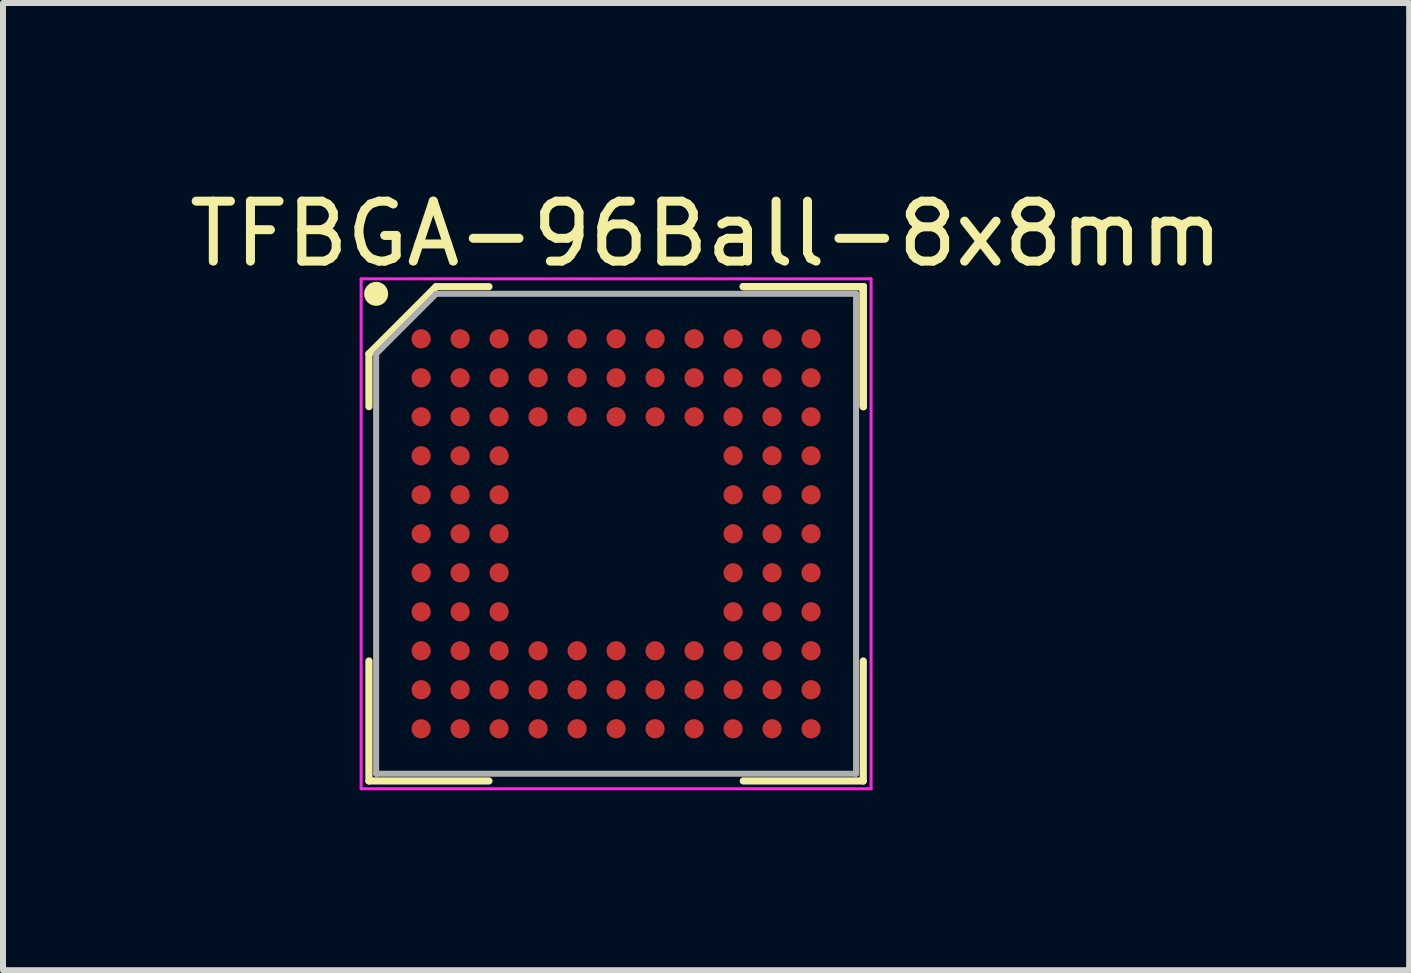
<source format=kicad_pcb>
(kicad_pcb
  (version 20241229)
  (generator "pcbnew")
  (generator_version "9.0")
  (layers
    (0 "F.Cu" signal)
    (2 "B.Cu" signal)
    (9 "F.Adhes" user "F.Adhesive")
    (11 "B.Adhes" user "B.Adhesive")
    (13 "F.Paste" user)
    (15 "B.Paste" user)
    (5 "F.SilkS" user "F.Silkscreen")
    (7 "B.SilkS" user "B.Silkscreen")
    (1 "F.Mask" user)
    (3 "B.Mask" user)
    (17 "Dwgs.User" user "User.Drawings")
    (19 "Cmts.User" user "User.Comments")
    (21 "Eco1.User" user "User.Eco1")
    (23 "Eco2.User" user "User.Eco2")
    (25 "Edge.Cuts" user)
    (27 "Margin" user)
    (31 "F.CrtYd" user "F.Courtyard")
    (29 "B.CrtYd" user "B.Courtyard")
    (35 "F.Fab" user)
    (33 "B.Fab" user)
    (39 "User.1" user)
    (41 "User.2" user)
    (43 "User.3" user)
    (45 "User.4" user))
  (footprint "TFBGA-96Ball-8x8mm"
    (layer "F.Cu")
    (at 8.02 6.348)
    (property "Reference" "TFBGA-96Ball-8x8mm" (at 0.7 -5.5 0) (layer "F.SilkS") (effects (font (size 1 1) (thickness 0.15))))
    (attr through_hole)
    (fp_line (start -4.92 -3.5) (end -4.92 -2.62) (stroke (width 0.12) (type solid)) (layer "F.SilkS"))
    (fp_line (start -4.92 3.62) (end -4.92 1.62) (stroke (width 0.12) (type solid)) (layer "F.SilkS"))
    (fp_line (start -3.8 -4.62) (end -4.92 -3.5) (stroke (width 0.12) (type solid)) (layer "F.SilkS"))
    (fp_line (start -2.92 -4.62) (end -3.8 -4.62) (stroke (width 0.12) (type solid)) (layer "F.SilkS"))
    (fp_line (start -2.92 3.62) (end -4.92 3.62) (stroke (width 0.12) (type solid)) (layer "F.SilkS"))
    (fp_line (start 1.32 -4.62) (end 3.32 -4.62) (stroke (width 0.12) (type solid)) (layer "F.SilkS"))
    (fp_line (start 1.32 -4.62) (end 3.32 -4.62) (stroke (width 0.12) (type solid)) (layer "F.SilkS"))
    (fp_line (start 1.32 -4.62) (end 3.32 -4.62) (stroke (width 0.12) (type solid)) (layer "F.SilkS"))
    (fp_line (start 1.32 3.62) (end 3.32 3.62) (stroke (width 0.12) (type solid)) (layer "F.SilkS"))
    (fp_line (start 3.32 -4.62) (end 3.32 -2.62) (stroke (width 0.12) (type solid)) (layer "F.SilkS"))
    (fp_line (start 3.32 -4.62) (end 3.32 -2.62) (stroke (width 0.12) (type solid)) (layer "F.SilkS"))
    (fp_line (start 3.32 -4.62) (end 3.32 -2.62) (stroke (width 0.12) (type solid)) (layer "F.SilkS"))
    (fp_line (start 3.32 3.62) (end 3.32 1.62) (stroke (width 0.12) (type solid)) (layer "F.SilkS"))
    (fp_circle (center -4.8 -4.5) (end -4.8 -4.4) (stroke (width 0.2) (type solid)) (fill no) (layer "F.SilkS"))
    (fp_line (start -5.05 -4.75) (end 3.45 -4.75) (stroke (width 0.05) (type solid)) (layer "F.CrtYd"))
    (fp_line (start -5.05 3.75) (end -5.05 -4.75) (stroke (width 0.05) (type solid)) (layer "F.CrtYd"))
    (fp_line (start 3.45 -4.75) (end 3.45 3.75) (stroke (width 0.05) (type solid)) (layer "F.CrtYd"))
    (fp_line (start 3.45 3.75) (end -5.05 3.75) (stroke (width 0.05) (type solid)) (layer "F.CrtYd"))
    (fp_line (start -4.8 -3.5) (end -4.8 3.5) (stroke (width 0.1) (type solid)) (layer "F.Fab"))
    (fp_line (start -4.8 3.5) (end 3.2 3.5) (stroke (width 0.1) (type solid)) (layer "F.Fab"))
    (fp_line (start -3.8 -4.5) (end -4.8 -3.5) (stroke (width 0.1) (type solid)) (layer "F.Fab"))
    (fp_line (start 3.2 -4.5) (end -3.8 -4.5) (stroke (width 0.1) (type solid)) (layer "F.Fab"))
    (fp_line (start 3.2 3.5) (end 3.2 -4.5) (stroke (width 0.1) (type solid)) (layer "F.Fab"))
    (pad "A1" smd circle (at -4.05 -3.75) (size 0.32 0.32) (layers "F.Cu" "F.Mask" "F.Paste"))
    (pad "A2" smd circle (at -3.4 -3.75) (size 0.32 0.32) (layers "F.Cu" "F.Mask" "F.Paste"))
    (pad "A3" smd circle (at -2.75 -3.75) (size 0.32 0.32) (layers "F.Cu" "F.Mask" "F.Paste"))
    (pad "A4" smd circle (at -2.1 -3.75) (size 0.32 0.32) (layers "F.Cu" "F.Mask" "F.Paste"))
    (pad "A5" smd circle (at -1.45 -3.75) (size 0.32 0.32) (layers "F.Cu" "F.Mask" "F.Paste"))
    (pad "A6" smd circle (at -0.8 -3.75) (size 0.32 0.32) (layers "F.Cu" "F.Mask" "F.Paste"))
    (pad "A7" smd circle (at -0.15 -3.75) (size 0.32 0.32) (layers "F.Cu" "F.Mask" "F.Paste"))
    (pad "A8" smd circle (at 0.5 -3.75) (size 0.32 0.32) (layers "F.Cu" "F.Mask" "F.Paste"))
    (pad "A9" smd circle (at 1.15 -3.75) (size 0.32 0.32) (layers "F.Cu" "F.Mask" "F.Paste"))
    (pad "A10" smd circle (at 1.8 -3.75) (size 0.32 0.32) (layers "F.Cu" "F.Mask" "F.Paste"))
    (pad "A11" smd circle (at 2.45 -3.75) (size 0.32 0.32) (layers "F.Cu" "F.Mask" "F.Paste"))
    (pad "B1" smd circle (at -4.05 -3.1) (size 0.32 0.32) (layers "F.Cu" "F.Mask" "F.Paste"))
    (pad "B2" smd circle (at -3.4 -3.1) (size 0.32 0.32) (layers "F.Cu" "F.Mask" "F.Paste"))
    (pad "B3" smd circle (at -2.75 -3.1) (size 0.32 0.32) (layers "F.Cu" "F.Mask" "F.Paste"))
    (pad "B4" smd circle (at -2.1 -3.1) (size 0.32 0.32) (layers "F.Cu" "F.Mask" "F.Paste"))
    (pad "B5" smd circle (at -1.45 -3.1) (size 0.32 0.32) (layers "F.Cu" "F.Mask" "F.Paste"))
    (pad "B6" smd circle (at -0.8 -3.1) (size 0.32 0.32) (layers "F.Cu" "F.Mask" "F.Paste"))
    (pad "B7" smd circle (at -0.15 -3.1) (size 0.32 0.32) (layers "F.Cu" "F.Mask" "F.Paste"))
    (pad "B8" smd circle (at 0.5 -3.1) (size 0.32 0.32) (layers "F.Cu" "F.Mask" "F.Paste"))
    (pad "B9" smd circle (at 1.15 -3.1) (size 0.32 0.32) (layers "F.Cu" "F.Mask" "F.Paste"))
    (pad "B10" smd circle (at 1.8 -3.1) (size 0.32 0.32) (layers "F.Cu" "F.Mask" "F.Paste"))
    (pad "B11" smd circle (at 2.45 -3.1) (size 0.32 0.32) (layers "F.Cu" "F.Mask" "F.Paste"))
    (pad "C1" smd circle (at -4.05 -2.45) (size 0.32 0.32) (layers "F.Cu" "F.Mask" "F.Paste"))
    (pad "C2" smd circle (at -3.4 -2.45) (size 0.32 0.32) (layers "F.Cu" "F.Mask" "F.Paste"))
    (pad "C3" smd circle (at -2.75 -2.45) (size 0.32 0.32) (layers "F.Cu" "F.Mask" "F.Paste"))
    (pad "C4" smd circle (at -2.1 -2.45) (size 0.32 0.32) (layers "F.Cu" "F.Mask" "F.Paste"))
    (pad "C5" smd circle (at -1.45 -2.45) (size 0.32 0.32) (layers "F.Cu" "F.Mask" "F.Paste"))
    (pad "C6" smd circle (at -0.8 -2.45) (size 0.32 0.32) (layers "F.Cu" "F.Mask" "F.Paste"))
    (pad "C7" smd circle (at -0.15 -2.45) (size 0.32 0.32) (layers "F.Cu" "F.Mask" "F.Paste"))
    (pad "C8" smd circle (at 0.5 -2.45) (size 0.32 0.32) (layers "F.Cu" "F.Mask" "F.Paste"))
    (pad "C9" smd circle (at 1.15 -2.45) (size 0.32 0.32) (layers "F.Cu" "F.Mask" "F.Paste"))
    (pad "C10" smd circle (at 1.8 -2.45) (size 0.32 0.32) (layers "F.Cu" "F.Mask" "F.Paste"))
    (pad "C11" smd circle (at 2.45 -2.45) (size 0.32 0.32) (layers "F.Cu" "F.Mask" "F.Paste"))
    (pad "D1" smd circle (at -4.05 -1.8) (size 0.32 0.32) (layers "F.Cu" "F.Mask" "F.Paste"))
    (pad "D2" smd circle (at -3.4 -1.8) (size 0.32 0.32) (layers "F.Cu" "F.Mask" "F.Paste"))
    (pad "D3" smd circle (at -2.75 -1.8) (size 0.32 0.32) (layers "F.Cu" "F.Mask" "F.Paste"))
    (pad "D9" smd circle (at 1.15 -1.8) (size 0.32 0.32) (layers "F.Cu" "F.Mask" "F.Paste"))
    (pad "D10" smd circle (at 1.8 -1.8) (size 0.32 0.32) (layers "F.Cu" "F.Mask" "F.Paste"))
    (pad "D11" smd circle (at 2.45 -1.8) (size 0.32 0.32) (layers "F.Cu" "F.Mask" "F.Paste"))
    (pad "E1" smd circle (at -4.05 -1.15) (size 0.32 0.32) (layers "F.Cu" "F.Mask" "F.Paste"))
    (pad "E2" smd circle (at -3.4 -1.15) (size 0.32 0.32) (layers "F.Cu" "F.Mask" "F.Paste"))
    (pad "E3" smd circle (at -2.75 -1.15) (size 0.32 0.32) (layers "F.Cu" "F.Mask" "F.Paste"))
    (pad "E9" smd circle (at 1.15 -1.15) (size 0.32 0.32) (layers "F.Cu" "F.Mask" "F.Paste"))
    (pad "E10" smd circle (at 1.8 -1.15) (size 0.32 0.32) (layers "F.Cu" "F.Mask" "F.Paste"))
    (pad "E11" smd circle (at 2.45 -1.15) (size 0.32 0.32) (layers "F.Cu" "F.Mask" "F.Paste"))
    (pad "F1" smd circle (at -4.05 -0.5) (size 0.32 0.32) (layers "F.Cu" "F.Mask" "F.Paste"))
    (pad "F2" smd circle (at -3.4 -0.5) (size 0.32 0.32) (layers "F.Cu" "F.Mask" "F.Paste"))
    (pad "F3" smd circle (at -2.75 -0.5) (size 0.32 0.32) (layers "F.Cu" "F.Mask" "F.Paste"))
    (pad "F9" smd circle (at 1.15 -0.5) (size 0.32 0.32) (layers "F.Cu" "F.Mask" "F.Paste"))
    (pad "F10" smd circle (at 1.8 -0.5) (size 0.32 0.32) (layers "F.Cu" "F.Mask" "F.Paste"))
    (pad "F11" smd circle (at 2.45 -0.5) (size 0.32 0.32) (layers "F.Cu" "F.Mask" "F.Paste"))
    (pad "G1" smd circle (at -4.05 0.15) (size 0.32 0.32) (layers "F.Cu" "F.Mask" "F.Paste"))
    (pad "G2" smd circle (at -3.4 0.15) (size 0.32 0.32) (layers "F.Cu" "F.Mask" "F.Paste"))
    (pad "G3" smd circle (at -2.75 0.15) (size 0.32 0.32) (layers "F.Cu" "F.Mask" "F.Paste"))
    (pad "G9" smd circle (at 1.15 0.15) (size 0.32 0.32) (layers "F.Cu" "F.Mask" "F.Paste"))
    (pad "G10" smd circle (at 1.8 0.15) (size 0.32 0.32) (layers "F.Cu" "F.Mask" "F.Paste"))
    (pad "G11" smd circle (at 2.45 0.15) (size 0.32 0.32) (layers "F.Cu" "F.Mask" "F.Paste"))
    (pad "H1" smd circle (at -4.05 0.8) (size 0.32 0.32) (layers "F.Cu" "F.Mask" "F.Paste"))
    (pad "H2" smd circle (at -3.4 0.8) (size 0.32 0.32) (layers "F.Cu" "F.Mask" "F.Paste"))
    (pad "H3" smd circle (at -2.75 0.8) (size 0.32 0.32) (layers "F.Cu" "F.Mask" "F.Paste"))
    (pad "H9" smd circle (at 1.15 0.8) (size 0.32 0.32) (layers "F.Cu" "F.Mask" "F.Paste"))
    (pad "H10" smd circle (at 1.8 0.8) (size 0.32 0.32) (layers "F.Cu" "F.Mask" "F.Paste"))
    (pad "H11" smd circle (at 2.45 0.8) (size 0.32 0.32) (layers "F.Cu" "F.Mask" "F.Paste"))
    (pad "J1" smd circle (at -4.05 1.45) (size 0.32 0.32) (layers "F.Cu" "F.Mask" "F.Paste"))
    (pad "J2" smd circle (at -3.4 1.45) (size 0.32 0.32) (layers "F.Cu" "F.Mask" "F.Paste"))
    (pad "J3" smd circle (at -2.75 1.45) (size 0.32 0.32) (layers "F.Cu" "F.Mask" "F.Paste"))
    (pad "J4" smd circle (at -2.1 1.45) (size 0.32 0.32) (layers "F.Cu" "F.Mask" "F.Paste"))
    (pad "J5" smd circle (at -1.45 1.45) (size 0.32 0.32) (layers "F.Cu" "F.Mask" "F.Paste"))
    (pad "J6" smd circle (at -0.8 1.45) (size 0.32 0.32) (layers "F.Cu" "F.Mask" "F.Paste"))
    (pad "J7" smd circle (at -0.15 1.45) (size 0.32 0.32) (layers "F.Cu" "F.Mask" "F.Paste"))
    (pad "J8" smd circle (at 0.5 1.45) (size 0.32 0.32) (layers "F.Cu" "F.Mask" "F.Paste"))
    (pad "J9" smd circle (at 1.15 1.45) (size 0.32 0.32) (layers "F.Cu" "F.Mask" "F.Paste"))
    (pad "J10" smd circle (at 1.8 1.45) (size 0.32 0.32) (layers "F.Cu" "F.Mask" "F.Paste"))
    (pad "J11" smd circle (at 2.45 1.45) (size 0.32 0.32) (layers "F.Cu" "F.Mask" "F.Paste"))
    (pad "K1" smd circle (at -4.05 2.1) (size 0.32 0.32) (layers "F.Cu" "F.Mask" "F.Paste"))
    (pad "K2" smd circle (at -3.4 2.1) (size 0.32 0.32) (layers "F.Cu" "F.Mask" "F.Paste"))
    (pad "K3" smd circle (at -2.75 2.1) (size 0.32 0.32) (layers "F.Cu" "F.Mask" "F.Paste"))
    (pad "K4" smd circle (at -2.1 2.1) (size 0.32 0.32) (layers "F.Cu" "F.Mask" "F.Paste"))
    (pad "K5" smd circle (at -1.45 2.1) (size 0.32 0.32) (layers "F.Cu" "F.Mask" "F.Paste"))
    (pad "K6" smd circle (at -0.8 2.1) (size 0.32 0.32) (layers "F.Cu" "F.Mask" "F.Paste"))
    (pad "K7" smd circle (at -0.15 2.1) (size 0.32 0.32) (layers "F.Cu" "F.Mask" "F.Paste"))
    (pad "K8" smd circle (at 0.5 2.1) (size 0.32 0.32) (layers "F.Cu" "F.Mask" "F.Paste"))
    (pad "K9" smd circle (at 1.15 2.1) (size 0.32 0.32) (layers "F.Cu" "F.Mask" "F.Paste"))
    (pad "K10" smd circle (at 1.8 2.1) (size 0.32 0.32) (layers "F.Cu" "F.Mask" "F.Paste"))
    (pad "K11" smd circle (at 2.45 2.1) (size 0.32 0.32) (layers "F.Cu" "F.Mask" "F.Paste"))
    (pad "L1" smd circle (at -4.05 2.75) (size 0.32 0.32) (layers "F.Cu" "F.Mask" "F.Paste"))
    (pad "L2" smd circle (at -3.4 2.75) (size 0.32 0.32) (layers "F.Cu" "F.Mask" "F.Paste"))
    (pad "L3" smd circle (at -2.75 2.75) (size 0.32 0.32) (layers "F.Cu" "F.Mask" "F.Paste"))
    (pad "L4" smd circle (at -2.1 2.75) (size 0.32 0.32) (layers "F.Cu" "F.Mask" "F.Paste"))
    (pad "L5" smd circle (at -1.45 2.75) (size 0.32 0.32) (layers "F.Cu" "F.Mask" "F.Paste"))
    (pad "L6" smd circle (at -0.8 2.75) (size 0.32 0.32) (layers "F.Cu" "F.Mask" "F.Paste"))
    (pad "L7" smd circle (at -0.15 2.75) (size 0.32 0.32) (layers "F.Cu" "F.Mask" "F.Paste"))
    (pad "L8" smd circle (at 0.5 2.75) (size 0.32 0.32) (layers "F.Cu" "F.Mask" "F.Paste"))
    (pad "L9" smd circle (at 1.15 2.75) (size 0.32 0.32) (layers "F.Cu" "F.Mask" "F.Paste"))
    (pad "L10" smd circle (at 1.8 2.75) (size 0.32 0.32) (layers "F.Cu" "F.Mask" "F.Paste"))
    (pad "L11" smd circle (at 2.45 2.75) (size 0.32 0.32) (layers "F.Cu" "F.Mask" "F.Paste")))
  (gr_rect
    (start -3 -3)
    (end 20.44 13.123)
    (stroke (width 0.1) (type default))
    (fill no)
    (layer "Edge.Cuts")))
</source>
